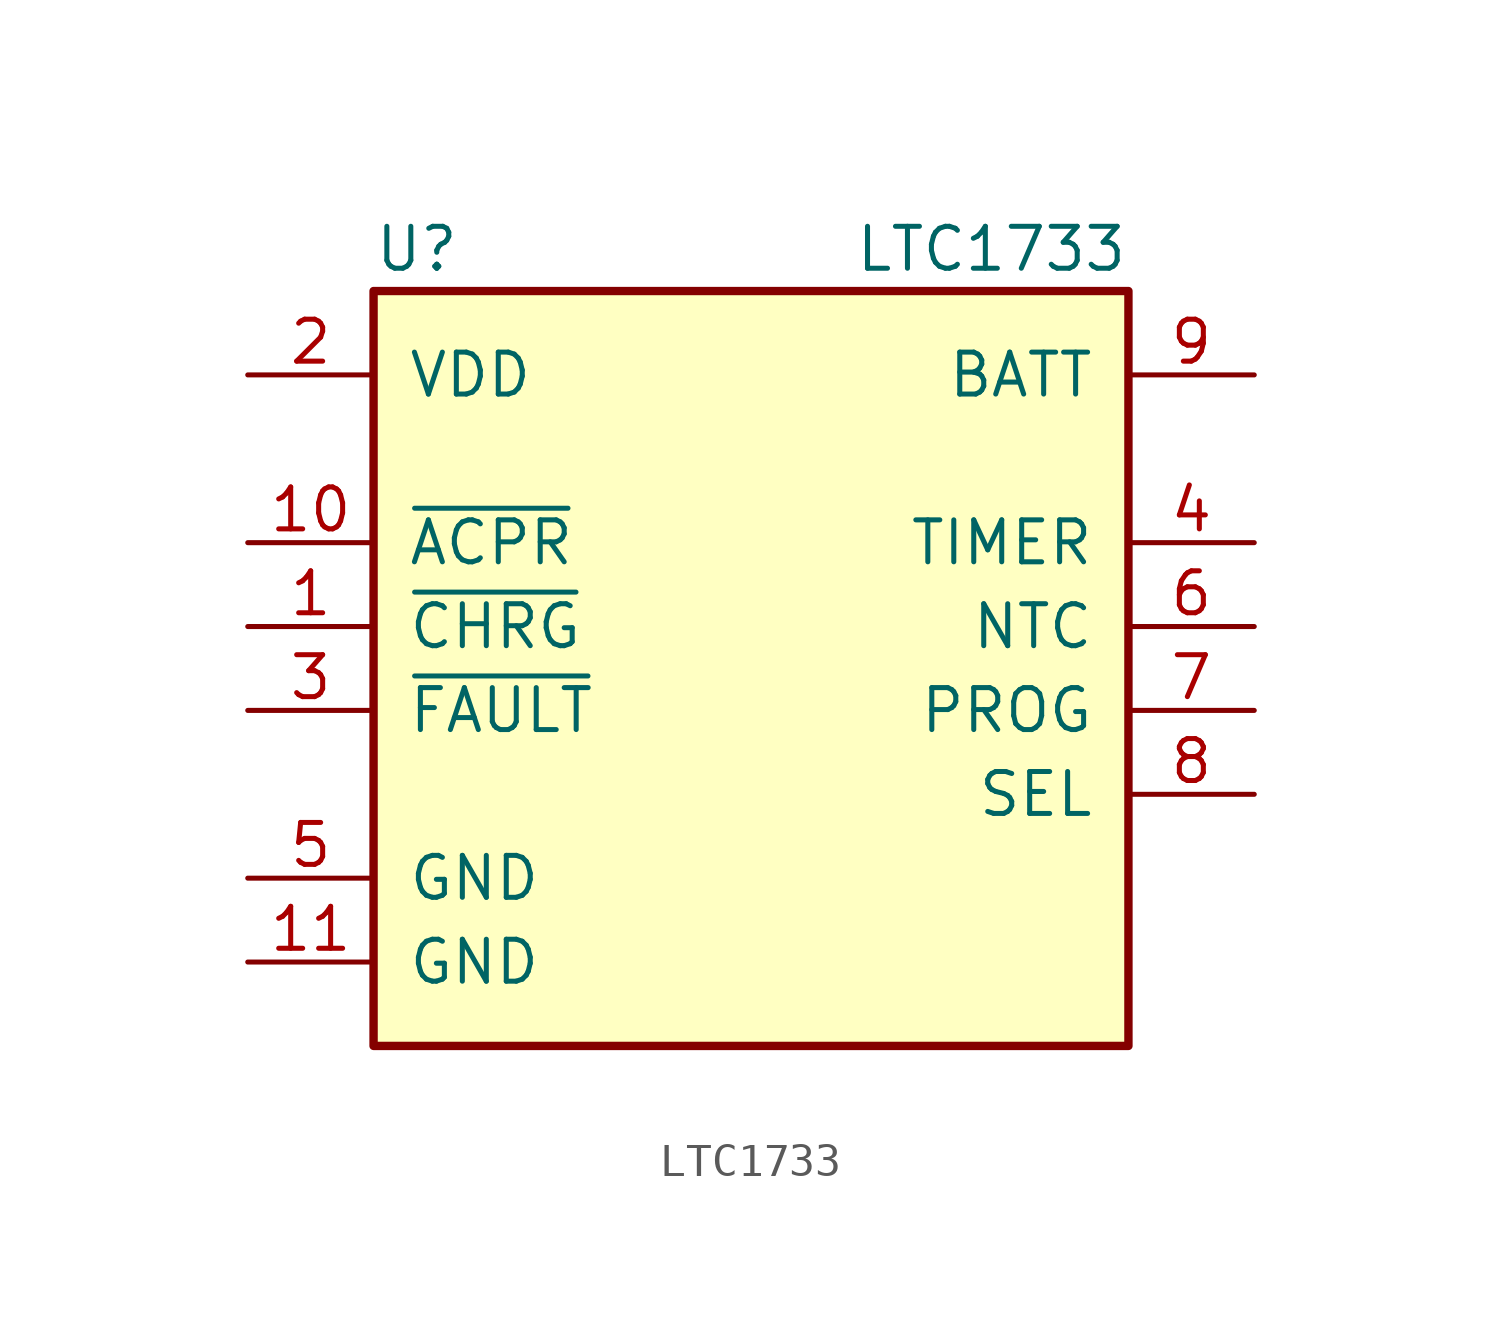
<source format=kicad_sym>
(kicad_symbol_lib
  (version 20211014)
  (generator kicad_symbol_editor)
  (symbol "LTC1733"
    (pin_names
      (offset 1.016))
    (property "Reference" "U"
      (at -11.43 11.43 0)
      (effects (font (size 1.27 1.27)) (justify left)))
    (property "Value" "LTC1733"
      (at 11.43 11.43 0)
      (effects (font (size 1.27 1.27)) (justify right)))
    (symbol "LTC1733_0_1"
      (rectangle (start -11.43 10.16) (end 11.43 -12.7) (stroke (width 0.254) (type default) (color 0 0 0 0)) (fill (type background))))
    (symbol "LTC1733_1_1"
      (pin open_collector line (at -15.24 0 0) (length 3.81) (name "~{CHRG}" (effects (font (size 1.27 1.27)))) (number "1" (effects (font (size 1.27 1.27)))))
      (pin open_collector line (at -15.24 2.54 0) (length 3.81) (name "~{ACPR}" (effects (font (size 1.27 1.27)))) (number "10" (effects (font (size 1.27 1.27)))))
      (pin power_in line (at -15.24 -10.16 0) (length 3.81) (name "GND" (effects (font (size 1.27 1.27)))) (number "11" (effects (font (size 1.27 1.27)))))
      (pin power_in line (at -15.24 7.62 0) (length 3.81) (name "VDD" (effects (font (size 1.27 1.27)))) (number "2" (effects (font (size 1.27 1.27)))))
      (pin open_collector line (at -15.24 -2.54 0) (length 3.81) (name "~{FAULT}" (effects (font (size 1.27 1.27)))) (number "3" (effects (font (size 1.27 1.27)))))
      (pin input line (at 15.24 2.54 180) (length 3.81) (name "TIMER" (effects (font (size 1.27 1.27)))) (number "4" (effects (font (size 1.27 1.27)))))
      (pin power_in line (at -15.24 -7.62 0) (length 3.81) (name "GND" (effects (font (size 1.27 1.27)))) (number "5" (effects (font (size 1.27 1.27)))))
      (pin input line (at 15.24 0 180) (length 3.81) (name "NTC" (effects (font (size 1.27 1.27)))) (number "6" (effects (font (size 1.27 1.27)))))
      (pin input line (at 15.24 -2.54 180) (length 3.81) (name "PROG" (effects (font (size 1.27 1.27)))) (number "7" (effects (font (size 1.27 1.27)))))
      (pin input line (at 15.24 -5.08 180) (length 3.81) (name "SEL" (effects (font (size 1.27 1.27)))) (number "8" (effects (font (size 1.27 1.27)))))
      (pin power_out line (at 15.24 7.62 180) (length 3.81) (name "BATT" (effects (font (size 1.27 1.27)))) (number "9" (effects (font (size 1.27 1.27))))))))
</source>
